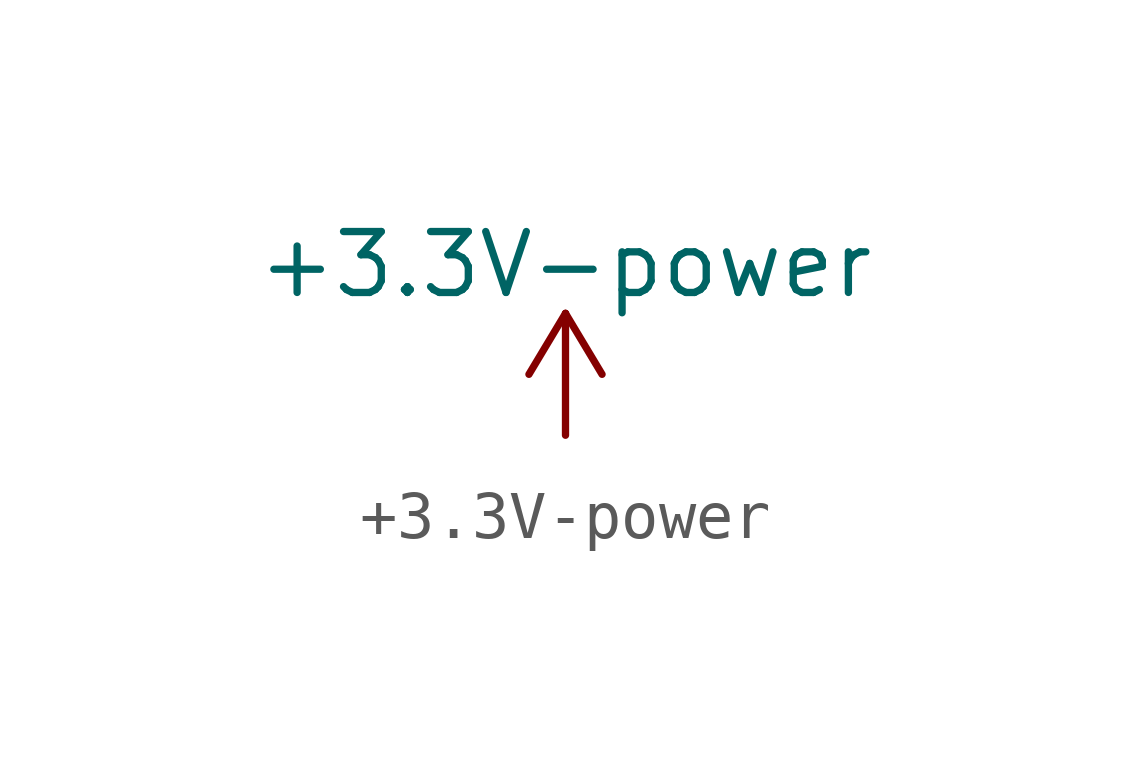
<source format=kicad_sym>
(kicad_symbol_lib
  (version 20220126)
  (generator kicad_symbol_editor)
  (symbol "+3.3V-power"
    (power)
    (pin_names
      (offset 0))
    (property "Reference" "#PWR"
      (at 0 -3.81 0)
      (effects (font (size 1.27 1.27)) hide))
    (property "Value" "+3.3V-power"
      (at 0 3.556 0)
      (effects (font (size 1.27 1.27))))
    (symbol "+3.3V-power_0_1"
      (polyline (pts (xy -0.762 1.27) (xy 0 2.54)) (stroke (width 0) (type default)) (fill (type none)))
      (polyline (pts (xy 0 0) (xy 0 2.54)) (stroke (width 0) (type default)) (fill (type none)))
      (polyline (pts (xy 0 2.54) (xy 0.762 1.27)) (stroke (width 0) (type default)) (fill (type none))))
    (symbol "+3.3V-power_1_1"
      (pin power_in line (at 0 0 90) (length 0) hide (name "+3V3" (effects (font (size 1.27 1.27)))) (number "1" (effects (font (size 1.27 1.27))))))))
</source>
